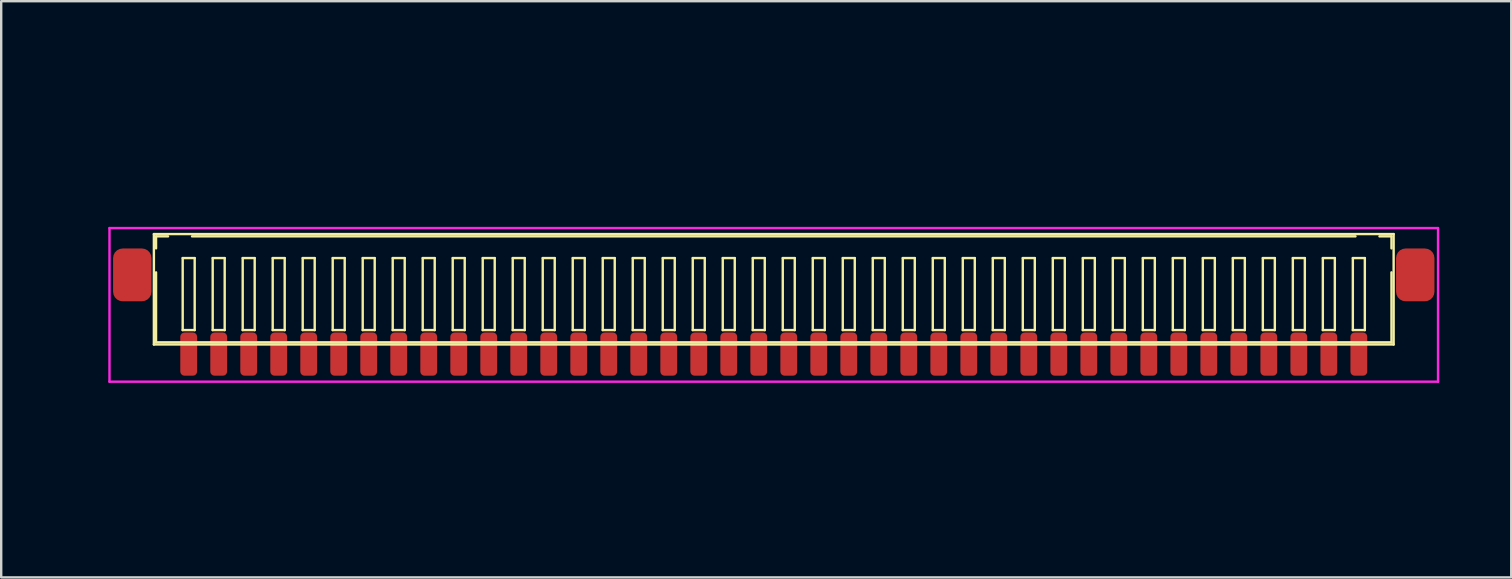
<source format=kicad_pcb>
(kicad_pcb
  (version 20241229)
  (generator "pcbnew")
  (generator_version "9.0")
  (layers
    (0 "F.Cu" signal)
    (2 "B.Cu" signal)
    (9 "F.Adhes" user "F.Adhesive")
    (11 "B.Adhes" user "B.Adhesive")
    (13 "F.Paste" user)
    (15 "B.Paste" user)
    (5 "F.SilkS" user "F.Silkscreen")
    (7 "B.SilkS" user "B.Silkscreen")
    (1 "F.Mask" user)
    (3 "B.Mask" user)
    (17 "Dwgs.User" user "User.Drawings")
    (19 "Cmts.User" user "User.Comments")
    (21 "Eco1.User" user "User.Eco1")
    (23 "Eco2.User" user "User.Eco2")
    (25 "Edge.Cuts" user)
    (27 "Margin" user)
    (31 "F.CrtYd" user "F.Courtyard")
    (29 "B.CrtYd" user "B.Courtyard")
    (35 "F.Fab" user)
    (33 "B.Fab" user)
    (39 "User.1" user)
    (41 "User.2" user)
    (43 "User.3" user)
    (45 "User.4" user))
  (footprint "DF13-RA-40P-125DSA"
    (layer "F.Cu")
    (at 29.186 11.702)
    (property "Reference" "DF13-RA-40P-125DSA" (at -28.425 -2.7 90) (layer "User.1") (effects (font (size 1 1) (thickness 0.1))))
    (attr through_hole)
    (fp_line (start -25.825 -5) (end -25.825 -0.4) (stroke (width 0.1) (type solid)) (layer "F.SilkS"))
    (fp_line (start -25.825 -5) (end 25.825 -5) (stroke (width 0.1) (type solid)) (layer "F.SilkS"))
    (fp_line (start -25.825 -0.4) (end 25.825 -0.4) (stroke (width 0.1) (type solid)) (layer "F.SilkS"))
    (fp_line (start -25.735 -4.905) (end -25.735 -4.405) (stroke (width 0.1) (type solid)) (layer "F.SilkS"))
    (fp_line (start -25.735 -4.905) (end -25.235 -4.905) (stroke (width 0.1) (type solid)) (layer "F.SilkS"))
    (fp_line (start -25.735 -3.405) (end -25.735 -0.49) (stroke (width 0.1) (type solid)) (layer "F.SilkS"))
    (fp_line (start -25.735 -0.49) (end 25.735 -0.49) (stroke (width 0.1) (type solid)) (layer "F.SilkS"))
    (fp_line (start -24.625 -4) (end -24.625 -1) (stroke (width 0.1) (type solid)) (layer "F.SilkS"))
    (fp_line (start -24.625 -1) (end -24.125 -1) (stroke (width 0.1) (type solid)) (layer "F.SilkS"))
    (fp_line (start -24.235 -4.905) (end 24.235 -4.905) (stroke (width 0.1) (type solid)) (layer "F.SilkS"))
    (fp_line (start -24.125 -4) (end -24.625 -4) (stroke (width 0.1) (type solid)) (layer "F.SilkS"))
    (fp_line (start -24.125 -1) (end -24.125 -4) (stroke (width 0.1) (type solid)) (layer "F.SilkS"))
    (fp_line (start -23.375 -4) (end -23.375 -1) (stroke (width 0.1) (type solid)) (layer "F.SilkS"))
    (fp_line (start -23.375 -1) (end -22.875 -1) (stroke (width 0.1) (type solid)) (layer "F.SilkS"))
    (fp_line (start -22.875 -4) (end -23.375 -4) (stroke (width 0.1) (type solid)) (layer "F.SilkS"))
    (fp_line (start -22.875 -1) (end -22.875 -4) (stroke (width 0.1) (type solid)) (layer "F.SilkS"))
    (fp_line (start -22.125 -4) (end -22.125 -1) (stroke (width 0.1) (type solid)) (layer "F.SilkS"))
    (fp_line (start -22.125 -1) (end -21.625 -1) (stroke (width 0.1) (type solid)) (layer "F.SilkS"))
    (fp_line (start -21.625 -4) (end -22.125 -4) (stroke (width 0.1) (type solid)) (layer "F.SilkS"))
    (fp_line (start -21.625 -1) (end -21.625 -4) (stroke (width 0.1) (type solid)) (layer "F.SilkS"))
    (fp_line (start -20.875 -4) (end -20.875 -1) (stroke (width 0.1) (type solid)) (layer "F.SilkS"))
    (fp_line (start -20.875 -1) (end -20.375 -1) (stroke (width 0.1) (type solid)) (layer "F.SilkS"))
    (fp_line (start -20.375 -4) (end -20.875 -4) (stroke (width 0.1) (type solid)) (layer "F.SilkS"))
    (fp_line (start -20.375 -1) (end -20.375 -4) (stroke (width 0.1) (type solid)) (layer "F.SilkS"))
    (fp_line (start -19.625 -4) (end -19.625 -1) (stroke (width 0.1) (type solid)) (layer "F.SilkS"))
    (fp_line (start -19.625 -1) (end -19.125 -1) (stroke (width 0.1) (type solid)) (layer "F.SilkS"))
    (fp_line (start -19.125 -4) (end -19.625 -4) (stroke (width 0.1) (type solid)) (layer "F.SilkS"))
    (fp_line (start -19.125 -1) (end -19.125 -4) (stroke (width 0.1) (type solid)) (layer "F.SilkS"))
    (fp_line (start -18.375 -4) (end -18.375 -1) (stroke (width 0.1) (type solid)) (layer "F.SilkS"))
    (fp_line (start -18.375 -1) (end -17.875 -1) (stroke (width 0.1) (type solid)) (layer "F.SilkS"))
    (fp_line (start -17.875 -4) (end -18.375 -4) (stroke (width 0.1) (type solid)) (layer "F.SilkS"))
    (fp_line (start -17.875 -1) (end -17.875 -4) (stroke (width 0.1) (type solid)) (layer "F.SilkS"))
    (fp_line (start -17.125 -4) (end -17.125 -1) (stroke (width 0.1) (type solid)) (layer "F.SilkS"))
    (fp_line (start -17.125 -1) (end -16.625 -1) (stroke (width 0.1) (type solid)) (layer "F.SilkS"))
    (fp_line (start -16.625 -4) (end -17.125 -4) (stroke (width 0.1) (type solid)) (layer "F.SilkS"))
    (fp_line (start -16.625 -1) (end -16.625 -4) (stroke (width 0.1) (type solid)) (layer "F.SilkS"))
    (fp_line (start -15.875 -4) (end -15.875 -1) (stroke (width 0.1) (type solid)) (layer "F.SilkS"))
    (fp_line (start -15.875 -1) (end -15.375 -1) (stroke (width 0.1) (type solid)) (layer "F.SilkS"))
    (fp_line (start -15.375 -4) (end -15.875 -4) (stroke (width 0.1) (type solid)) (layer "F.SilkS"))
    (fp_line (start -15.375 -1) (end -15.375 -4) (stroke (width 0.1) (type solid)) (layer "F.SilkS"))
    (fp_line (start -14.625 -4) (end -14.625 -1) (stroke (width 0.1) (type solid)) (layer "F.SilkS"))
    (fp_line (start -14.625 -1) (end -14.125 -1) (stroke (width 0.1) (type solid)) (layer "F.SilkS"))
    (fp_line (start -14.125 -4) (end -14.625 -4) (stroke (width 0.1) (type solid)) (layer "F.SilkS"))
    (fp_line (start -14.125 -1) (end -14.125 -4) (stroke (width 0.1) (type solid)) (layer "F.SilkS"))
    (fp_line (start -13.375 -4) (end -13.375 -1) (stroke (width 0.1) (type solid)) (layer "F.SilkS"))
    (fp_line (start -13.375 -1) (end -12.875 -1) (stroke (width 0.1) (type solid)) (layer "F.SilkS"))
    (fp_line (start -12.875 -4) (end -13.375 -4) (stroke (width 0.1) (type solid)) (layer "F.SilkS"))
    (fp_line (start -12.875 -1) (end -12.875 -4) (stroke (width 0.1) (type solid)) (layer "F.SilkS"))
    (fp_line (start -12.125 -4) (end -12.125 -1) (stroke (width 0.1) (type solid)) (layer "F.SilkS"))
    (fp_line (start -12.125 -1) (end -11.625 -1) (stroke (width 0.1) (type solid)) (layer "F.SilkS"))
    (fp_line (start -11.625 -4) (end -12.125 -4) (stroke (width 0.1) (type solid)) (layer "F.SilkS"))
    (fp_line (start -11.625 -1) (end -11.625 -4) (stroke (width 0.1) (type solid)) (layer "F.SilkS"))
    (fp_line (start -10.875 -4) (end -10.875 -1) (stroke (width 0.1) (type solid)) (layer "F.SilkS"))
    (fp_line (start -10.875 -1) (end -10.375 -1) (stroke (width 0.1) (type solid)) (layer "F.SilkS"))
    (fp_line (start -10.375 -4) (end -10.875 -4) (stroke (width 0.1) (type solid)) (layer "F.SilkS"))
    (fp_line (start -10.375 -1) (end -10.375 -4) (stroke (width 0.1) (type solid)) (layer "F.SilkS"))
    (fp_line (start -9.625 -4) (end -9.625 -1) (stroke (width 0.1) (type solid)) (layer "F.SilkS"))
    (fp_line (start -9.625 -1) (end -9.125 -1) (stroke (width 0.1) (type solid)) (layer "F.SilkS"))
    (fp_line (start -9.125 -4) (end -9.625 -4) (stroke (width 0.1) (type solid)) (layer "F.SilkS"))
    (fp_line (start -9.125 -1) (end -9.125 -4) (stroke (width 0.1) (type solid)) (layer "F.SilkS"))
    (fp_line (start -8.375 -4) (end -8.375 -1) (stroke (width 0.1) (type solid)) (layer "F.SilkS"))
    (fp_line (start -8.375 -1) (end -7.875 -1) (stroke (width 0.1) (type solid)) (layer "F.SilkS"))
    (fp_line (start -7.875 -4) (end -8.375 -4) (stroke (width 0.1) (type solid)) (layer "F.SilkS"))
    (fp_line (start -7.875 -1) (end -7.875 -4) (stroke (width 0.1) (type solid)) (layer "F.SilkS"))
    (fp_line (start -7.125 -4) (end -7.125 -1) (stroke (width 0.1) (type solid)) (layer "F.SilkS"))
    (fp_line (start -7.125 -1) (end -6.625 -1) (stroke (width 0.1) (type solid)) (layer "F.SilkS"))
    (fp_line (start -6.625 -4) (end -7.125 -4) (stroke (width 0.1) (type solid)) (layer "F.SilkS"))
    (fp_line (start -6.625 -1) (end -6.625 -4) (stroke (width 0.1) (type solid)) (layer "F.SilkS"))
    (fp_line (start -5.875 -4) (end -5.875 -1) (stroke (width 0.1) (type solid)) (layer "F.SilkS"))
    (fp_line (start -5.875 -1) (end -5.375 -1) (stroke (width 0.1) (type solid)) (layer "F.SilkS"))
    (fp_line (start -5.375 -4) (end -5.875 -4) (stroke (width 0.1) (type solid)) (layer "F.SilkS"))
    (fp_line (start -5.375 -1) (end -5.375 -4) (stroke (width 0.1) (type solid)) (layer "F.SilkS"))
    (fp_line (start -4.625 -4) (end -4.625 -1) (stroke (width 0.1) (type solid)) (layer "F.SilkS"))
    (fp_line (start -4.625 -1) (end -4.125 -1) (stroke (width 0.1) (type solid)) (layer "F.SilkS"))
    (fp_line (start -4.125 -4) (end -4.625 -4) (stroke (width 0.1) (type solid)) (layer "F.SilkS"))
    (fp_line (start -4.125 -1) (end -4.125 -4) (stroke (width 0.1) (type solid)) (layer "F.SilkS"))
    (fp_line (start -3.375 -4) (end -3.375 -1) (stroke (width 0.1) (type solid)) (layer "F.SilkS"))
    (fp_line (start -3.375 -1) (end -2.875 -1) (stroke (width 0.1) (type solid)) (layer "F.SilkS"))
    (fp_line (start -2.875 -4) (end -3.375 -4) (stroke (width 0.1) (type solid)) (layer "F.SilkS"))
    (fp_line (start -2.875 -1) (end -2.875 -4) (stroke (width 0.1) (type solid)) (layer "F.SilkS"))
    (fp_line (start -2.125 -4) (end -2.125 -1) (stroke (width 0.1) (type solid)) (layer "F.SilkS"))
    (fp_line (start -2.125 -1) (end -1.625 -1) (stroke (width 0.1) (type solid)) (layer "F.SilkS"))
    (fp_line (start -1.625 -4) (end -2.125 -4) (stroke (width 0.1) (type solid)) (layer "F.SilkS"))
    (fp_line (start -1.625 -1) (end -1.625 -4) (stroke (width 0.1) (type solid)) (layer "F.SilkS"))
    (fp_line (start -0.875 -4) (end -0.875 -1) (stroke (width 0.1) (type solid)) (layer "F.SilkS"))
    (fp_line (start -0.875 -1) (end -0.375 -1) (stroke (width 0.1) (type solid)) (layer "F.SilkS"))
    (fp_line (start -0.375 -4) (end -0.875 -4) (stroke (width 0.1) (type solid)) (layer "F.SilkS"))
    (fp_line (start -0.375 -1) (end -0.375 -4) (stroke (width 0.1) (type solid)) (layer "F.SilkS"))
    (fp_line (start 0.375 -4) (end 0.375 -1) (stroke (width 0.1) (type solid)) (layer "F.SilkS"))
    (fp_line (start 0.375 -1) (end 0.875 -1) (stroke (width 0.1) (type solid)) (layer "F.SilkS"))
    (fp_line (start 0.875 -4) (end 0.375 -4) (stroke (width 0.1) (type solid)) (layer "F.SilkS"))
    (fp_line (start 0.875 -1) (end 0.875 -4) (stroke (width 0.1) (type solid)) (layer "F.SilkS"))
    (fp_line (start 1.625 -4) (end 1.625 -1) (stroke (width 0.1) (type solid)) (layer "F.SilkS"))
    (fp_line (start 1.625 -1) (end 2.125 -1) (stroke (width 0.1) (type solid)) (layer "F.SilkS"))
    (fp_line (start 2.125 -4) (end 1.625 -4) (stroke (width 0.1) (type solid)) (layer "F.SilkS"))
    (fp_line (start 2.125 -1) (end 2.125 -4) (stroke (width 0.1) (type solid)) (layer "F.SilkS"))
    (fp_line (start 2.875 -4) (end 2.875 -1) (stroke (width 0.1) (type solid)) (layer "F.SilkS"))
    (fp_line (start 2.875 -1) (end 3.375 -1) (stroke (width 0.1) (type solid)) (layer "F.SilkS"))
    (fp_line (start 3.375 -4) (end 2.875 -4) (stroke (width 0.1) (type solid)) (layer "F.SilkS"))
    (fp_line (start 3.375 -1) (end 3.375 -4) (stroke (width 0.1) (type solid)) (layer "F.SilkS"))
    (fp_line (start 4.125 -4) (end 4.125 -1) (stroke (width 0.1) (type solid)) (layer "F.SilkS"))
    (fp_line (start 4.125 -1) (end 4.625 -1) (stroke (width 0.1) (type solid)) (layer "F.SilkS"))
    (fp_line (start 4.625 -4) (end 4.125 -4) (stroke (width 0.1) (type solid)) (layer "F.SilkS"))
    (fp_line (start 4.625 -1) (end 4.625 -4) (stroke (width 0.1) (type solid)) (layer "F.SilkS"))
    (fp_line (start 5.375 -4) (end 5.375 -1) (stroke (width 0.1) (type solid)) (layer "F.SilkS"))
    (fp_line (start 5.375 -1) (end 5.875 -1) (stroke (width 0.1) (type solid)) (layer "F.SilkS"))
    (fp_line (start 5.875 -4) (end 5.375 -4) (stroke (width 0.1) (type solid)) (layer "F.SilkS"))
    (fp_line (start 5.875 -1) (end 5.875 -4) (stroke (width 0.1) (type solid)) (layer "F.SilkS"))
    (fp_line (start 6.625 -4) (end 6.625 -1) (stroke (width 0.1) (type solid)) (layer "F.SilkS"))
    (fp_line (start 6.625 -1) (end 7.125 -1) (stroke (width 0.1) (type solid)) (layer "F.SilkS"))
    (fp_line (start 7.125 -4) (end 6.625 -4) (stroke (width 0.1) (type solid)) (layer "F.SilkS"))
    (fp_line (start 7.125 -1) (end 7.125 -4) (stroke (width 0.1) (type solid)) (layer "F.SilkS"))
    (fp_line (start 7.875 -4) (end 7.875 -1) (stroke (width 0.1) (type solid)) (layer "F.SilkS"))
    (fp_line (start 7.875 -1) (end 8.375 -1) (stroke (width 0.1) (type solid)) (layer "F.SilkS"))
    (fp_line (start 8.375 -4) (end 7.875 -4) (stroke (width 0.1) (type solid)) (layer "F.SilkS"))
    (fp_line (start 8.375 -1) (end 8.375 -4) (stroke (width 0.1) (type solid)) (layer "F.SilkS"))
    (fp_line (start 9.125 -4) (end 9.125 -1) (stroke (width 0.1) (type solid)) (layer "F.SilkS"))
    (fp_line (start 9.125 -1) (end 9.625 -1) (stroke (width 0.1) (type solid)) (layer "F.SilkS"))
    (fp_line (start 9.625 -4) (end 9.125 -4) (stroke (width 0.1) (type solid)) (layer "F.SilkS"))
    (fp_line (start 9.625 -1) (end 9.625 -4) (stroke (width 0.1) (type solid)) (layer "F.SilkS"))
    (fp_line (start 10.375 -4) (end 10.375 -1) (stroke (width 0.1) (type solid)) (layer "F.SilkS"))
    (fp_line (start 10.375 -1) (end 10.875 -1) (stroke (width 0.1) (type solid)) (layer "F.SilkS"))
    (fp_line (start 10.875 -4) (end 10.375 -4) (stroke (width 0.1) (type solid)) (layer "F.SilkS"))
    (fp_line (start 10.875 -1) (end 10.875 -4) (stroke (width 0.1) (type solid)) (layer "F.SilkS"))
    (fp_line (start 11.625 -4) (end 11.625 -1) (stroke (width 0.1) (type solid)) (layer "F.SilkS"))
    (fp_line (start 11.625 -1) (end 12.125 -1) (stroke (width 0.1) (type solid)) (layer "F.SilkS"))
    (fp_line (start 12.125 -4) (end 11.625 -4) (stroke (width 0.1) (type solid)) (layer "F.SilkS"))
    (fp_line (start 12.125 -1) (end 12.125 -4) (stroke (width 0.1) (type solid)) (layer "F.SilkS"))
    (fp_line (start 12.875 -4) (end 12.875 -1) (stroke (width 0.1) (type solid)) (layer "F.SilkS"))
    (fp_line (start 12.875 -1) (end 13.375 -1) (stroke (width 0.1) (type solid)) (layer "F.SilkS"))
    (fp_line (start 13.375 -4) (end 12.875 -4) (stroke (width 0.1) (type solid)) (layer "F.SilkS"))
    (fp_line (start 13.375 -1) (end 13.375 -4) (stroke (width 0.1) (type solid)) (layer "F.SilkS"))
    (fp_line (start 14.125 -4) (end 14.125 -1) (stroke (width 0.1) (type solid)) (layer "F.SilkS"))
    (fp_line (start 14.125 -1) (end 14.625 -1) (stroke (width 0.1) (type solid)) (layer "F.SilkS"))
    (fp_line (start 14.625 -4) (end 14.125 -4) (stroke (width 0.1) (type solid)) (layer "F.SilkS"))
    (fp_line (start 14.625 -1) (end 14.625 -4) (stroke (width 0.1) (type solid)) (layer "F.SilkS"))
    (fp_line (start 15.375 -4) (end 15.375 -1) (stroke (width 0.1) (type solid)) (layer "F.SilkS"))
    (fp_line (start 15.375 -1) (end 15.875 -1) (stroke (width 0.1) (type solid)) (layer "F.SilkS"))
    (fp_line (start 15.875 -4) (end 15.375 -4) (stroke (width 0.1) (type solid)) (layer "F.SilkS"))
    (fp_line (start 15.875 -1) (end 15.875 -4) (stroke (width 0.1) (type solid)) (layer "F.SilkS"))
    (fp_line (start 16.625 -4) (end 16.625 -1) (stroke (width 0.1) (type solid)) (layer "F.SilkS"))
    (fp_line (start 16.625 -1) (end 17.125 -1) (stroke (width 0.1) (type solid)) (layer "F.SilkS"))
    (fp_line (start 17.125 -4) (end 16.625 -4) (stroke (width 0.1) (type solid)) (layer "F.SilkS"))
    (fp_line (start 17.125 -1) (end 17.125 -4) (stroke (width 0.1) (type solid)) (layer "F.SilkS"))
    (fp_line (start 17.875 -4) (end 17.875 -1) (stroke (width 0.1) (type solid)) (layer "F.SilkS"))
    (fp_line (start 17.875 -1) (end 18.375 -1) (stroke (width 0.1) (type solid)) (layer "F.SilkS"))
    (fp_line (start 18.375 -4) (end 17.875 -4) (stroke (width 0.1) (type solid)) (layer "F.SilkS"))
    (fp_line (start 18.375 -1) (end 18.375 -4) (stroke (width 0.1) (type solid)) (layer "F.SilkS"))
    (fp_line (start 19.125 -4) (end 19.125 -1) (stroke (width 0.1) (type solid)) (layer "F.SilkS"))
    (fp_line (start 19.125 -1) (end 19.625 -1) (stroke (width 0.1) (type solid)) (layer "F.SilkS"))
    (fp_line (start 19.625 -4) (end 19.125 -4) (stroke (width 0.1) (type solid)) (layer "F.SilkS"))
    (fp_line (start 19.625 -1) (end 19.625 -4) (stroke (width 0.1) (type solid)) (layer "F.SilkS"))
    (fp_line (start 20.375 -4) (end 20.375 -1) (stroke (width 0.1) (type solid)) (layer "F.SilkS"))
    (fp_line (start 20.375 -1) (end 20.875 -1) (stroke (width 0.1) (type solid)) (layer "F.SilkS"))
    (fp_line (start 20.875 -4) (end 20.375 -4) (stroke (width 0.1) (type solid)) (layer "F.SilkS"))
    (fp_line (start 20.875 -1) (end 20.875 -4) (stroke (width 0.1) (type solid)) (layer "F.SilkS"))
    (fp_line (start 21.625 -4) (end 21.625 -1) (stroke (width 0.1) (type solid)) (layer "F.SilkS"))
    (fp_line (start 21.625 -1) (end 22.125 -1) (stroke (width 0.1) (type solid)) (layer "F.SilkS"))
    (fp_line (start 22.125 -4) (end 21.625 -4) (stroke (width 0.1) (type solid)) (layer "F.SilkS"))
    (fp_line (start 22.125 -1) (end 22.125 -4) (stroke (width 0.1) (type solid)) (layer "F.SilkS"))
    (fp_line (start 22.875 -4) (end 22.875 -1) (stroke (width 0.1) (type solid)) (layer "F.SilkS"))
    (fp_line (start 22.875 -1) (end 23.375 -1) (stroke (width 0.1) (type solid)) (layer "F.SilkS"))
    (fp_line (start 23.375 -4) (end 22.875 -4) (stroke (width 0.1) (type solid)) (layer "F.SilkS"))
    (fp_line (start 23.375 -1) (end 23.375 -4) (stroke (width 0.1) (type solid)) (layer "F.SilkS"))
    (fp_line (start 24.125 -4) (end 24.125 -1) (stroke (width 0.1) (type solid)) (layer "F.SilkS"))
    (fp_line (start 24.125 -1) (end 24.625 -1) (stroke (width 0.1) (type solid)) (layer "F.SilkS"))
    (fp_line (start 24.625 -4) (end 24.125 -4) (stroke (width 0.1) (type solid)) (layer "F.SilkS"))
    (fp_line (start 24.625 -1) (end 24.625 -4) (stroke (width 0.1) (type solid)) (layer "F.SilkS"))
    (fp_line (start 25.235 -4.905) (end 25.735 -4.905) (stroke (width 0.1) (type solid)) (layer "F.SilkS"))
    (fp_line (start 25.735 -4.905) (end 25.735 -4.405) (stroke (width 0.1) (type solid)) (layer "F.SilkS"))
    (fp_line (start 25.735 -3.405) (end 25.735 -0.49) (stroke (width 0.1) (type solid)) (layer "F.SilkS"))
    (fp_line (start 25.825 -5) (end 25.825 -0.4) (stroke (width 0.1) (type solid)) (layer "F.SilkS"))
    (fp_line (start -27.675 -5.25) (end -27.675 1.15) (stroke (width 0.1) (type solid)) (layer "F.CrtYd"))
    (fp_line (start -27.675 1.15) (end 27.675 1.15) (stroke (width 0.1) (type solid)) (layer "F.CrtYd"))
    (fp_line (start 27.675 -5.25) (end -27.675 -5.25) (stroke (width 0.1) (type solid)) (layer "F.CrtYd"))
    (fp_line (start 27.675 1.15) (end 27.675 -5.25) (stroke (width 0.1) (type solid)) (layer "F.CrtYd"))
    (pad "1" smd roundrect (at -24.375 0) (size 0.7 1.8) (layers "F.Cu" "F.Mask" "F.Paste") (roundrect_rratio 0.25))
    (pad "2" smd roundrect (at -23.125 0) (size 0.7 1.8) (layers "F.Cu" "F.Mask" "F.Paste") (roundrect_rratio 0.25))
    (pad "3" smd roundrect (at -21.875 0) (size 0.7 1.8) (layers "F.Cu" "F.Mask" "F.Paste") (roundrect_rratio 0.25))
    (pad "4" smd roundrect (at -20.625 0) (size 0.7 1.8) (layers "F.Cu" "F.Mask" "F.Paste") (roundrect_rratio 0.25))
    (pad "5" smd roundrect (at -19.375 0) (size 0.7 1.8) (layers "F.Cu" "F.Mask" "F.Paste") (roundrect_rratio 0.25))
    (pad "6" smd roundrect (at -18.125 0) (size 0.7 1.8) (layers "F.Cu" "F.Mask" "F.Paste") (roundrect_rratio 0.25))
    (pad "7" smd roundrect (at -16.875 0) (size 0.7 1.8) (layers "F.Cu" "F.Mask" "F.Paste") (roundrect_rratio 0.25))
    (pad "8" smd roundrect (at -15.625 0) (size 0.7 1.8) (layers "F.Cu" "F.Mask" "F.Paste") (roundrect_rratio 0.25))
    (pad "9" smd roundrect (at -14.375 0) (size 0.7 1.8) (layers "F.Cu" "F.Mask" "F.Paste") (roundrect_rratio 0.25))
    (pad "10" smd roundrect (at -13.125 0) (size 0.7 1.8) (layers "F.Cu" "F.Mask" "F.Paste") (roundrect_rratio 0.25))
    (pad "11" smd roundrect (at -11.875 0) (size 0.7 1.8) (layers "F.Cu" "F.Mask" "F.Paste") (roundrect_rratio 0.25))
    (pad "12" smd roundrect (at -10.625 0) (size 0.7 1.8) (layers "F.Cu" "F.Mask" "F.Paste") (roundrect_rratio 0.25))
    (pad "13" smd roundrect (at -9.375 0) (size 0.7 1.8) (layers "F.Cu" "F.Mask" "F.Paste") (roundrect_rratio 0.25))
    (pad "14" smd roundrect (at -8.125 0) (size 0.7 1.8) (layers "F.Cu" "F.Mask" "F.Paste") (roundrect_rratio 0.25))
    (pad "15" smd roundrect (at -6.875 0) (size 0.7 1.8) (layers "F.Cu" "F.Mask" "F.Paste") (roundrect_rratio 0.25))
    (pad "16" smd roundrect (at -5.625 0) (size 0.7 1.8) (layers "F.Cu" "F.Mask" "F.Paste") (roundrect_rratio 0.25))
    (pad "17" smd roundrect (at -4.375 0) (size 0.7 1.8) (layers "F.Cu" "F.Mask" "F.Paste") (roundrect_rratio 0.25))
    (pad "18" smd roundrect (at -3.125 0) (size 0.7 1.8) (layers "F.Cu" "F.Mask" "F.Paste") (roundrect_rratio 0.25))
    (pad "19" smd roundrect (at -1.875 0) (size 0.7 1.8) (layers "F.Cu" "F.Mask" "F.Paste") (roundrect_rratio 0.25))
    (pad "20" smd roundrect (at -0.625 0) (size 0.7 1.8) (layers "F.Cu" "F.Mask" "F.Paste") (roundrect_rratio 0.25))
    (pad "21" smd roundrect (at 0.625 0) (size 0.7 1.8) (layers "F.Cu" "F.Mask" "F.Paste") (roundrect_rratio 0.25))
    (pad "22" smd roundrect (at 1.875 0) (size 0.7 1.8) (layers "F.Cu" "F.Mask" "F.Paste") (roundrect_rratio 0.25))
    (pad "23" smd roundrect (at 3.125 0) (size 0.7 1.8) (layers "F.Cu" "F.Mask" "F.Paste") (roundrect_rratio 0.25))
    (pad "24" smd roundrect (at 4.375 0) (size 0.7 1.8) (layers "F.Cu" "F.Mask" "F.Paste") (roundrect_rratio 0.25))
    (pad "25" smd roundrect (at 5.625 0) (size 0.7 1.8) (layers "F.Cu" "F.Mask" "F.Paste") (roundrect_rratio 0.25))
    (pad "26" smd roundrect (at 6.875 0) (size 0.7 1.8) (layers "F.Cu" "F.Mask" "F.Paste") (roundrect_rratio 0.25))
    (pad "27" smd roundrect (at 8.125 0) (size 0.7 1.8) (layers "F.Cu" "F.Mask" "F.Paste") (roundrect_rratio 0.25))
    (pad "28" smd roundrect (at 9.375 0) (size 0.7 1.8) (layers "F.Cu" "F.Mask" "F.Paste") (roundrect_rratio 0.25))
    (pad "29" smd roundrect (at 10.625 0) (size 0.7 1.8) (layers "F.Cu" "F.Mask" "F.Paste") (roundrect_rratio 0.25))
    (pad "30" smd roundrect (at 11.875 0) (size 0.7 1.8) (layers "F.Cu" "F.Mask" "F.Paste") (roundrect_rratio 0.25))
    (pad "31" smd roundrect (at 13.125 0) (size 0.7 1.8) (layers "F.Cu" "F.Mask" "F.Paste") (roundrect_rratio 0.25))
    (pad "32" smd roundrect (at 14.375 0) (size 0.7 1.8) (layers "F.Cu" "F.Mask" "F.Paste") (roundrect_rratio 0.25))
    (pad "33" smd roundrect (at 15.625 0) (size 0.7 1.8) (layers "F.Cu" "F.Mask" "F.Paste") (roundrect_rratio 0.25))
    (pad "34" smd roundrect (at 16.875 0) (size 0.7 1.8) (layers "F.Cu" "F.Mask" "F.Paste") (roundrect_rratio 0.25))
    (pad "35" smd roundrect (at 18.125 0) (size 0.7 1.8) (layers "F.Cu" "F.Mask" "F.Paste") (roundrect_rratio 0.25))
    (pad "36" smd roundrect (at 19.375 0) (size 0.7 1.8) (layers "F.Cu" "F.Mask" "F.Paste") (roundrect_rratio 0.25))
    (pad "37" smd roundrect (at 20.625 0) (size 0.7 1.8) (layers "F.Cu" "F.Mask" "F.Paste") (roundrect_rratio 0.25))
    (pad "38" smd roundrect (at 21.875 0) (size 0.7 1.8) (layers "F.Cu" "F.Mask" "F.Paste") (roundrect_rratio 0.25))
    (pad "39" smd roundrect (at 23.125 0) (size 0.7 1.8) (layers "F.Cu" "F.Mask" "F.Paste") (roundrect_rratio 0.25))
    (pad "40" smd roundrect (at 24.375 0) (size 0.7 1.8) (layers "F.Cu" "F.Mask" "F.Paste") (roundrect_rratio 0.25))
    (pad "S" smd roundrect (at -26.725 -3.3) (size 1.6 2.2) (layers "F.Cu" "F.Mask" "F.Paste") (roundrect_rratio 0.25))
    (pad "S" smd roundrect (at 26.725 -3.3) (size 1.6 2.2) (layers "F.Cu" "F.Mask" "F.Paste") (roundrect_rratio 0.25)))
  (gr_rect
    (start -3 -3)
    (end 59.91 21.005)
    (stroke (width 0.1) (type default))
    (fill no)
    (layer "Edge.Cuts")))
</source>
